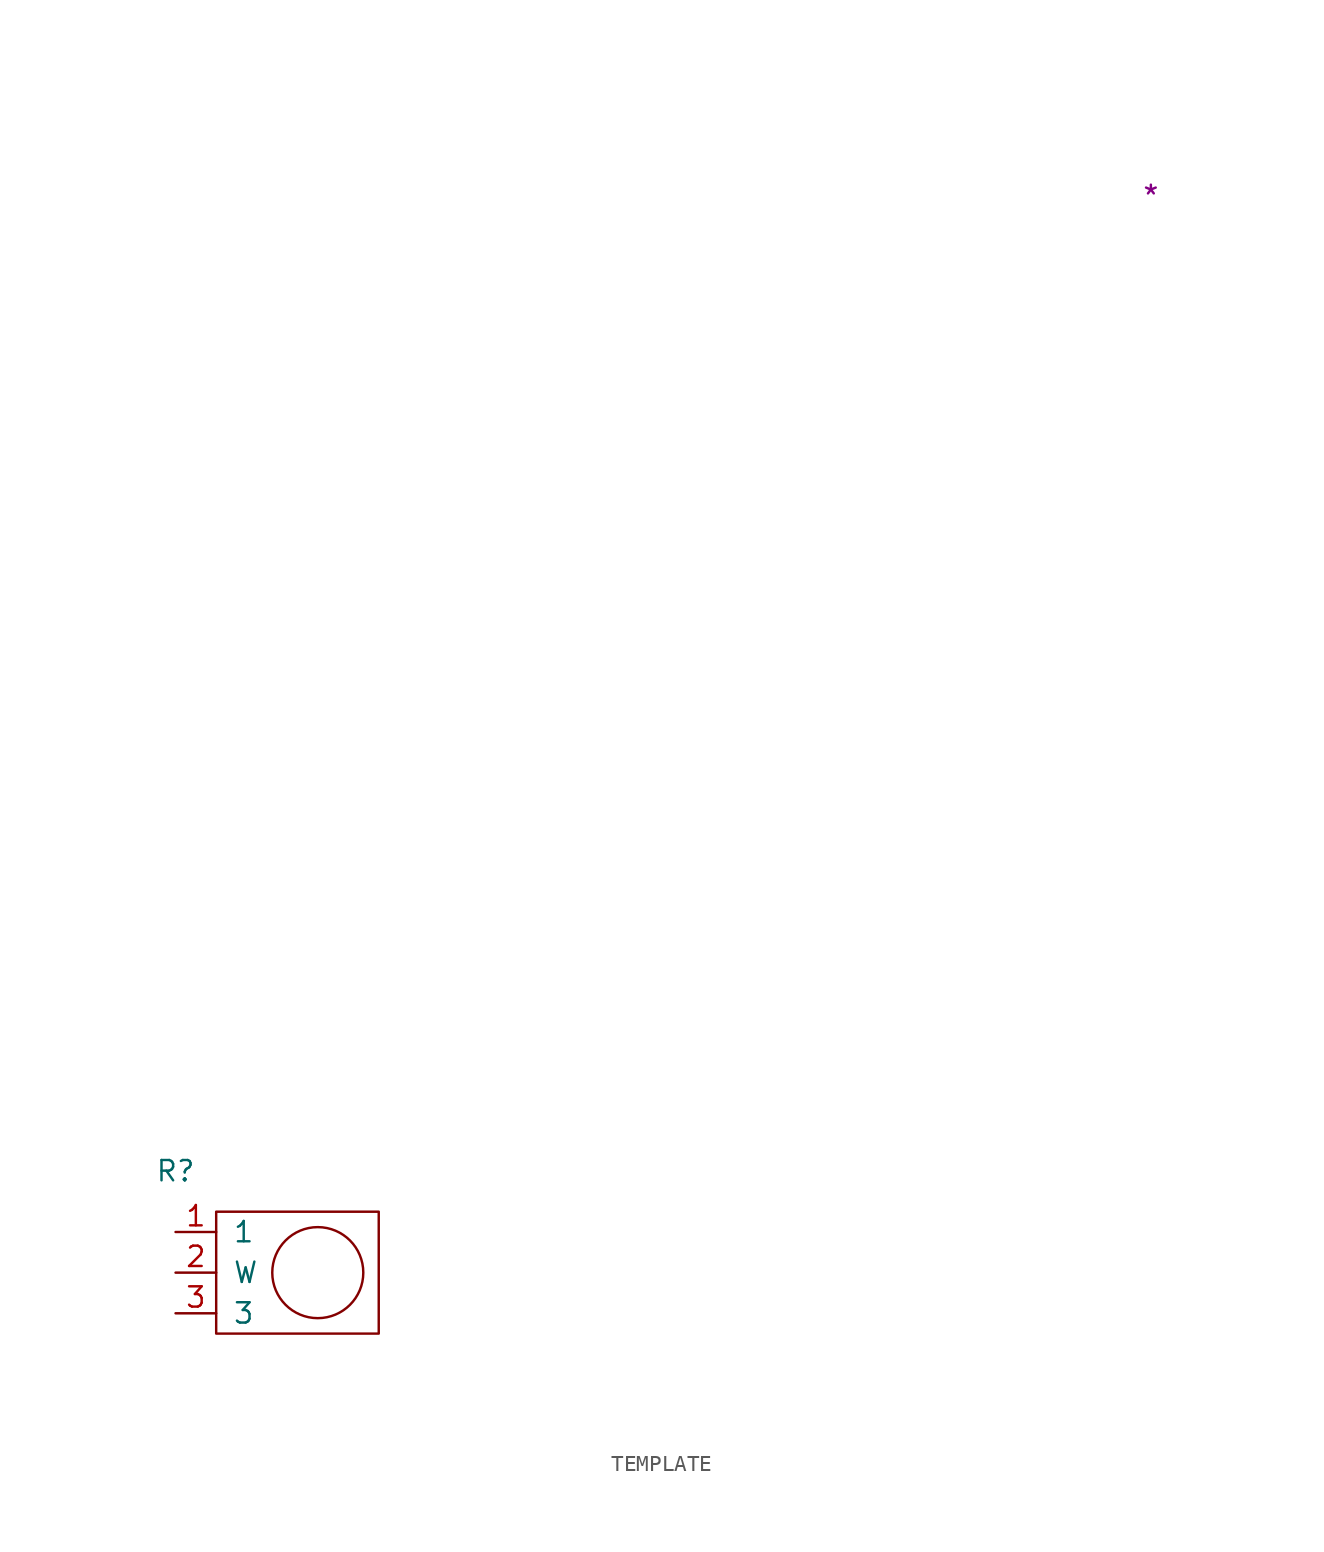
<source format=kicad_sym>
(kicad_symbol_lib
  (version 20211014)
  (generator kicad_symbol_editor)
  (symbol "TEMPLATE"
    (pin_names
      (offset 1.016))
    (property "Reference" "R"
      (at -2.54 2.54 0)
      (effects (font (size 1.27 1.27))))
    (property "_Value_" "*"
      (at 58.42 63.5 0)
      (effects (font (size 1.27 1.27))))
    (symbol "TEMPLATE_0_1"
      (rectangle (start 0 0) (end 10.16 -7.62) (stroke (width 0) (type default) (color 0 0 0 0)) (fill (type none)))
      (circle (center 6.35 -3.81) (radius 2.845) (stroke (width 0) (type default) (color 0 0 0 0)) (fill (type none))))
    (symbol "TEMPLATE_1_1"
      (pin passive line (at -2.54 -1.27 0) (length 2.54) (name "1" (effects (font (size 1.27 1.27)))) (number "1" (effects (font (size 1.27 1.27)))))
      (pin passive line (at -2.54 -3.81 0) (length 2.54) (name "W" (effects (font (size 1.27 1.27)))) (number "2" (effects (font (size 1.27 1.27)))))
      (pin passive line (at -2.54 -6.35 0) (length 2.54) (name "3" (effects (font (size 1.27 1.27)))) (number "3" (effects (font (size 1.27 1.27))))))))
</source>
